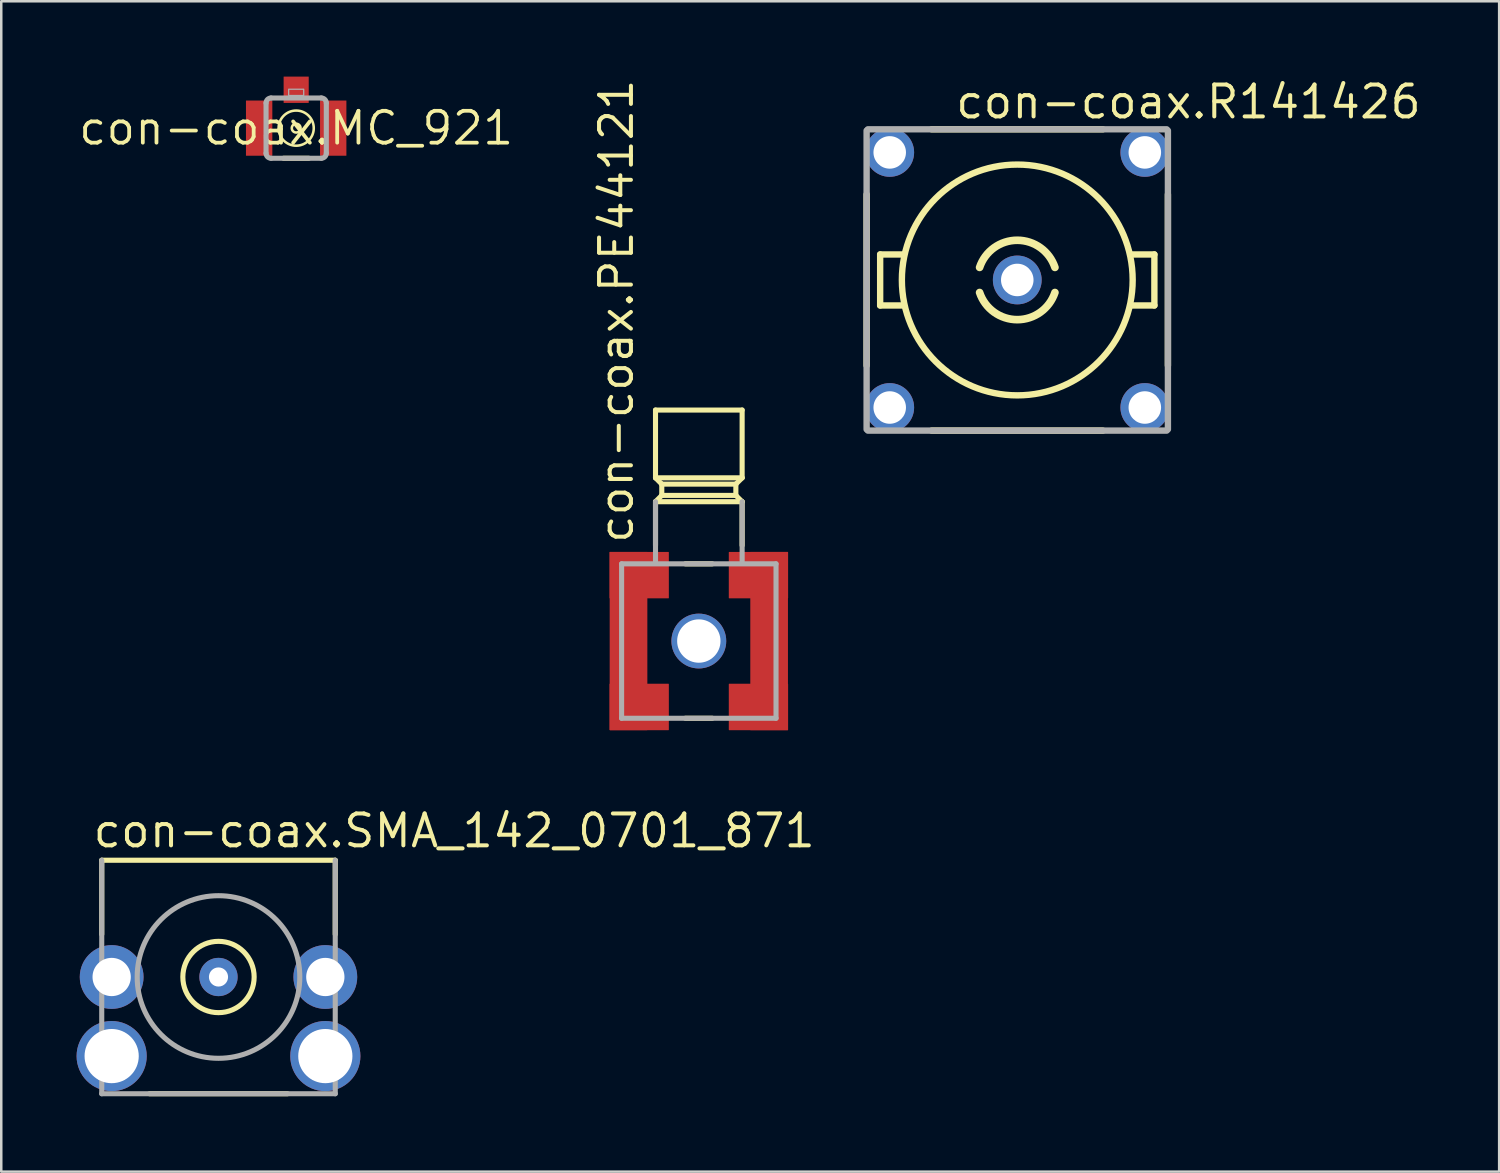
<source format=kicad_pcb>
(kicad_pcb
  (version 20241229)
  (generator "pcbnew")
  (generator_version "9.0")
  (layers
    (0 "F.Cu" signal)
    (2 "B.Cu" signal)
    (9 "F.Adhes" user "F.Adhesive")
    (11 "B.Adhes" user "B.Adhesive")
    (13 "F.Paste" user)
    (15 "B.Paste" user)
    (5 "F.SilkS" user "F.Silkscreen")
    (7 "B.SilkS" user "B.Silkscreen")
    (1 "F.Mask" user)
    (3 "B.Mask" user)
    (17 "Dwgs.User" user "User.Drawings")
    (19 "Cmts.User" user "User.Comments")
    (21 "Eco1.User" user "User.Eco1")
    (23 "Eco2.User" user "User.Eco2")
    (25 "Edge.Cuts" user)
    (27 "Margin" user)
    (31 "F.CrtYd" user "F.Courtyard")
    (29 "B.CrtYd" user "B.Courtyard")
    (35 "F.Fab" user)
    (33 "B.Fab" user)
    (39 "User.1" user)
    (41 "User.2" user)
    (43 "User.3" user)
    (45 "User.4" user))
  (footprint "con-coax.MC_921"
    (layer "F.Cu")
    (at 8.746 2.053)
    (property "Reference" "con-coax.MC_921" (at 0 0 0) (layer "F.SilkS") (effects (font (size 1.27 1.27) (thickness 0.15))))
    (attr smd)
    (fp_line (start 0.5 1.2) (end -0.5 1.2) (stroke (width 0.203) (type default)) (layer "F.SilkS"))
    (fp_circle (center 0 0) (end 0.175 0) (stroke (width 0.102) (type default)) (fill no) (layer "F.SilkS"))
    (fp_circle (center 0 0) (end 0.7 0) (stroke (width 0.102) (type default)) (fill no) (layer "F.SilkS"))
    (fp_line (start -1.2 1) (end -1.2 -1) (stroke (width 0.203) (type default)) (layer "F.Fab"))
    (fp_line (start -1 -1.2) (end 1 -1.2) (stroke (width 0.203) (type default)) (layer "F.Fab"))
    (fp_line (start 1 1.2) (end -1 1.2) (stroke (width 0.203) (type default)) (layer "F.Fab"))
    (fp_line (start 1.2 -1) (end 1.2 1) (stroke (width 0.203) (type default)) (layer "F.Fab"))
    (fp_rect (start -0.3 -1.3) (end 0.3 -1.55) (stroke (width 0.05) (type default)) (fill no) (layer "F.Fab"))
    (fp_arc (start -1.2 -1) (mid -1.141421 -1.141421) (end -1 -1.2) (stroke (width 0.2032) (type default)) (layer "F.Fab"))
    (fp_arc (start -1 1.2) (mid -1.141421 1.141421) (end -1.2 1) (stroke (width 0.2032) (type default)) (layer "F.Fab"))
    (fp_arc (start 1 -1.2) (mid 1.141421 -1.141421) (end 1.2 -1) (stroke (width 0.2032) (type default)) (layer "F.Fab"))
    (fp_arc (start 1.2 1) (mid 1.141421 1.141421) (end 1 1.2) (stroke (width 0.2032) (type default)) (layer "F.Fab"))
    (pad "1" smd roundrect (at 0 -1.528) (size 1 1.05) (layers "F.Cu" "F.Mask" "F.Paste") (roundrect_rratio 0.01))
    (pad "2@1" smd roundrect (at -1.475 0) (size 1.05 2.2) (layers "F.Cu" "F.Mask" "F.Paste") (roundrect_rratio 0.01))
    (pad "2@2" smd roundrect (at 1.475 0) (size 1.05 2.2) (layers "F.Cu" "F.Mask" "F.Paste") (roundrect_rratio 0.01)))
  (footprint "con-coax.R141426"
    (layer "F.Cu")
    (at 37.465 8.1)
    (property "Reference" "con-coax.R141426" (at -2.54 -6.35 0) (layer "F.SilkS") (effects (font (size 1.27 1.27) (thickness 0.16)) (justify left bottom)))
    (attr through_hole)
    (fp_line (start -6 -3.41) (end -6 3.41) (stroke (width 0.254) (type default)) (layer "F.SilkS"))
    (fp_line (start -5.461 -1.016) (end -5.461 1.016) (stroke (width 0.254) (type default)) (layer "F.SilkS"))
    (fp_line (start -5.461 1.016) (end -4.572 1.016) (stroke (width 0.254) (type default)) (layer "F.SilkS"))
    (fp_line (start -4.572 -1.016) (end -5.461 -1.016) (stroke (width 0.254) (type default)) (layer "F.SilkS"))
    (fp_line (start -3.41 6) (end 3.41 6) (stroke (width 0.254) (type default)) (layer "F.SilkS"))
    (fp_line (start 3.41 -6) (end -3.41 -6) (stroke (width 0.254) (type default)) (layer "F.SilkS"))
    (fp_line (start 4.572 1.016) (end 5.461 1.016) (stroke (width 0.254) (type default)) (layer "F.SilkS"))
    (fp_line (start 5.461 -1.016) (end 4.572 -1.016) (stroke (width 0.254) (type default)) (layer "F.SilkS"))
    (fp_line (start 5.461 1.016) (end 5.461 -1.016) (stroke (width 0.254) (type default)) (layer "F.SilkS"))
    (fp_line (start 6 3.41) (end 6 -3.41) (stroke (width 0.254) (type default)) (layer "F.SilkS"))
    (fp_arc (start -1.5 -0.5) (mid 0 -1.581139) (end 1.5 -0.5) (stroke (width 0.3048) (type default)) (layer "F.SilkS"))
    (fp_arc (start 1.5 0.5) (mid 0 1.581139) (end -1.5 0.5) (stroke (width 0.3048) (type default)) (layer "F.SilkS"))
    (fp_circle (center 0 0) (end 4.596 0) (stroke (width 0.254) (type default)) (fill no) (layer "F.SilkS"))
    (fp_line (start -6 -5.95) (end -6 5.95) (stroke (width 0.254) (type default)) (layer "F.Fab"))
    (fp_line (start -5.95 6) (end 5.95 6) (stroke (width 0.254) (type default)) (layer "F.Fab"))
    (fp_line (start 5.95 -6) (end -5.95 -6) (stroke (width 0.254) (type default)) (layer "F.Fab"))
    (fp_line (start 6 5.95) (end 6 -5.95) (stroke (width 0.254) (type default)) (layer "F.Fab"))
    (pad "1" thru_hole circle (at 0 0) (size 1.943 1.943) (drill 1.295) (layers "*.Cu" "*.Mask"))
    (pad "2" thru_hole circle (at 5.08 -5.08) (size 1.943 1.943) (drill 1.295) (layers "*.Cu" "*.Mask"))
    (pad "3" thru_hole circle (at -5.08 -5.08) (size 1.943 1.943) (drill 1.295) (layers "*.Cu" "*.Mask"))
    (pad "4" thru_hole circle (at -5.08 5.08) (size 1.943 1.943) (drill 1.295) (layers "*.Cu" "*.Mask"))
    (pad "5" thru_hole circle (at 5.08 5.08) (size 1.943 1.943) (drill 1.295) (layers "*.Cu" "*.Mask")))
  (footprint "con-coax.PE44121"
    (layer "F.Cu")
    (at 24.782 22.481)
    (property "Reference" "con-coax.PE44121" (at -2.54 -3.81 90) (layer "F.SilkS") (effects (font (size 1.27 1.27) (thickness 0.16)) (justify left bottom)))
    (attr smd)
    (fp_line (start -1.725 -9.2) (end 1.725 -9.2) (stroke (width 0.203) (type default)) (layer "F.SilkS"))
    (fp_line (start -1.725 -6.5) (end -1.725 -9.2) (stroke (width 0.203) (type default)) (layer "F.SilkS"))
    (fp_line (start -1.725 -6.5) (end -1.475 -6.25) (stroke (width 0.203) (type default)) (layer "F.SilkS"))
    (fp_line (start -1.725 -6.5) (end 1.725 -6.5) (stroke (width 0.203) (type default)) (layer "F.SilkS"))
    (fp_line (start -1.725 -5.55) (end 1.725 -5.55) (stroke (width 0.203) (type default)) (layer "F.SilkS"))
    (fp_line (start -1.725 -3.81) (end -1.725 -5.55) (stroke (width 0.203) (type default)) (layer "F.SilkS"))
    (fp_line (start -1.475 -6.25) (end -1.475 -5.8) (stroke (width 0.203) (type default)) (layer "F.SilkS"))
    (fp_line (start -1.475 -6.25) (end 1.475 -6.25) (stroke (width 0.203) (type default)) (layer "F.SilkS"))
    (fp_line (start -1.475 -5.8) (end -1.725 -5.55) (stroke (width 0.203) (type default)) (layer "F.SilkS"))
    (fp_line (start -0.535 -3.075) (end 0.535 -3.075) (stroke (width 0.203) (type default)) (layer "F.SilkS"))
    (fp_line (start 0.535 3.075) (end -0.535 3.075) (stroke (width 0.203) (type default)) (layer "F.SilkS"))
    (fp_line (start 1.475 -6.25) (end 1.725 -6.5) (stroke (width 0.203) (type default)) (layer "F.SilkS"))
    (fp_line (start 1.475 -5.8) (end -1.475 -5.8) (stroke (width 0.203) (type default)) (layer "F.SilkS"))
    (fp_line (start 1.475 -5.8) (end 1.475 -6.25) (stroke (width 0.203) (type default)) (layer "F.SilkS"))
    (fp_line (start 1.725 -9.2) (end 1.725 -6.5) (stroke (width 0.203) (type default)) (layer "F.SilkS"))
    (fp_line (start 1.725 -5.55) (end 1.475 -5.8) (stroke (width 0.203) (type default)) (layer "F.SilkS"))
    (fp_line (start 1.725 -5.55) (end 1.725 -3.81) (stroke (width 0.203) (type default)) (layer "F.SilkS"))
    (fp_line (start -3.075 -3.075) (end 3.075 -3.075) (stroke (width 0.203) (type default)) (layer "F.Fab"))
    (fp_line (start -3.075 3.075) (end -3.075 -3.075) (stroke (width 0.203) (type default)) (layer "F.Fab"))
    (fp_line (start -1.725 -3.175) (end -1.725 -5.55) (stroke (width 0.203) (type default)) (layer "F.Fab"))
    (fp_line (start 1.725 -5.55) (end 1.725 -3.175) (stroke (width 0.203) (type default)) (layer "F.Fab"))
    (fp_line (start 3.075 -3.075) (end 3.075 3.075) (stroke (width 0.203) (type default)) (layer "F.Fab"))
    (fp_line (start 3.075 3.075) (end -3.075 3.075) (stroke (width 0.203) (type default)) (layer "F.Fab"))
    (pad "1" thru_hole circle (at 0 0) (size 2.184 2.184) (drill 1.727) (layers "*.Cu" "*.Mask"))
    (pad "2@1" smd roundrect (at -2.8 0) (size 1.5 7.1) (layers "F.Cu" "F.Mask" "F.Paste") (roundrect_rratio 0.01))
    (pad "2@2" smd roundrect (at 2.8 0 180) (size 1.5 7.1) (layers "F.Cu" "F.Mask" "F.Paste") (roundrect_rratio 0.01))
    (pad "2@3" smd roundrect (at -2.375 -2.625) (size 2.362 1.85) (layers "F.Cu" "F.Mask" "F.Paste") (roundrect_rratio 0.01))
    (pad "2@4" smd roundrect (at -2.375 2.625) (size 2.362 1.85) (layers "F.Cu" "F.Mask" "F.Paste") (roundrect_rratio 0.01))
    (pad "2@5" smd roundrect (at 2.375 -2.625 180) (size 2.362 1.85) (layers "F.Cu" "F.Mask" "F.Paste") (roundrect_rratio 0.01))
    (pad "2@6" smd roundrect (at 2.375 2.625 180) (size 2.362 1.85) (layers "F.Cu" "F.Mask" "F.Paste") (roundrect_rratio 0.01)))
  (footprint "con-coax.SMA_142_0701_871"
    (layer "F.Cu")
    (at 5.652 35.861)
    (property "Reference" "con-coax.SMA_142_0701_871" (at -5.08 -5.08 0) (layer "F.SilkS") (effects (font (size 1.27 1.27) (thickness 0.16)) (justify left bottom)))
    (attr through_hole)
    (fp_line (start -4.65 -4.65) (end 4.65 -4.65) (stroke (width 0.203) (type default)) (layer "F.SilkS"))
    (fp_line (start -4.65 -1.7) (end -4.65 -4.65) (stroke (width 0.203) (type default)) (layer "F.SilkS"))
    (fp_line (start 2.745 4.65) (end -2.745 4.65) (stroke (width 0.203) (type default)) (layer "F.SilkS"))
    (fp_line (start 4.65 -4.65) (end 4.65 -1.7) (stroke (width 0.203) (type default)) (layer "F.SilkS"))
    (fp_circle (center 0 0) (end 1.42 0) (stroke (width 0.203) (type default)) (fill no) (layer "F.SilkS"))
    (fp_line (start -4.65 4.65) (end -4.65 -4.65) (stroke (width 0.203) (type default)) (layer "F.Fab"))
    (fp_line (start 4.65 -4.65) (end 4.65 4.65) (stroke (width 0.203) (type default)) (layer "F.Fab"))
    (fp_line (start 4.65 4.65) (end -4.65 4.65) (stroke (width 0.203) (type default)) (layer "F.Fab"))
    (fp_rect (start -4.775 0.5) (end -3.75 -0.5) (stroke (width 0.05) (type default)) (fill no) (layer "F.Fab"))
    (fp_rect (start -4.775 3.243) (end -3.75 2.243) (stroke (width 0.05) (type default)) (fill no) (layer "F.Fab"))
    (fp_rect (start -4.775 4.081) (end -3.75 3.081) (stroke (width 0.05) (type default)) (fill no) (layer "F.Fab"))
    (fp_rect (start 3.75 0.5) (end 4.775 -0.5) (stroke (width 0.05) (type default)) (fill no) (layer "F.Fab"))
    (fp_rect (start 3.75 3.243) (end 4.775 2.243) (stroke (width 0.05) (type default)) (fill no) (layer "F.Fab"))
    (fp_rect (start 3.75 4.081) (end 4.775 3.081) (stroke (width 0.05) (type default)) (fill no) (layer "F.Fab"))
    (fp_circle (center 0 0) (end 3.238 0) (stroke (width 0.203) (type default)) (fill no) (layer "F.Fab"))
    (pad "1" thru_hole circle (at 0 0) (size 1.524 1.524) (drill 0.762) (layers "*.Cu" "*.Mask"))
    (pad "2@1" thru_hole circle (at -4.255 0) (size 2.54 2.54) (drill 1.524) (layers "*.Cu" "*.Mask"))
    (pad "2@2" thru_hole circle (at 4.255 0) (size 2.54 2.54) (drill 1.524) (layers "*.Cu" "*.Mask"))
    (pad "2@3" thru_hole circle (at -4.255 3.15) (size 2.794 2.794) (drill 2.159) (layers "*.Cu" "*.Mask"))
    (pad "2@4" thru_hole circle (at 4.255 3.15) (size 2.794 2.794) (drill 2.159) (layers "*.Cu" "*.Mask")))
  (gr_rect
    (start -3 -3)
    (end 56.657 43.613)
    (stroke (width 0.1) (type default))
    (fill no)
    (layer "Edge.Cuts")))
</source>
